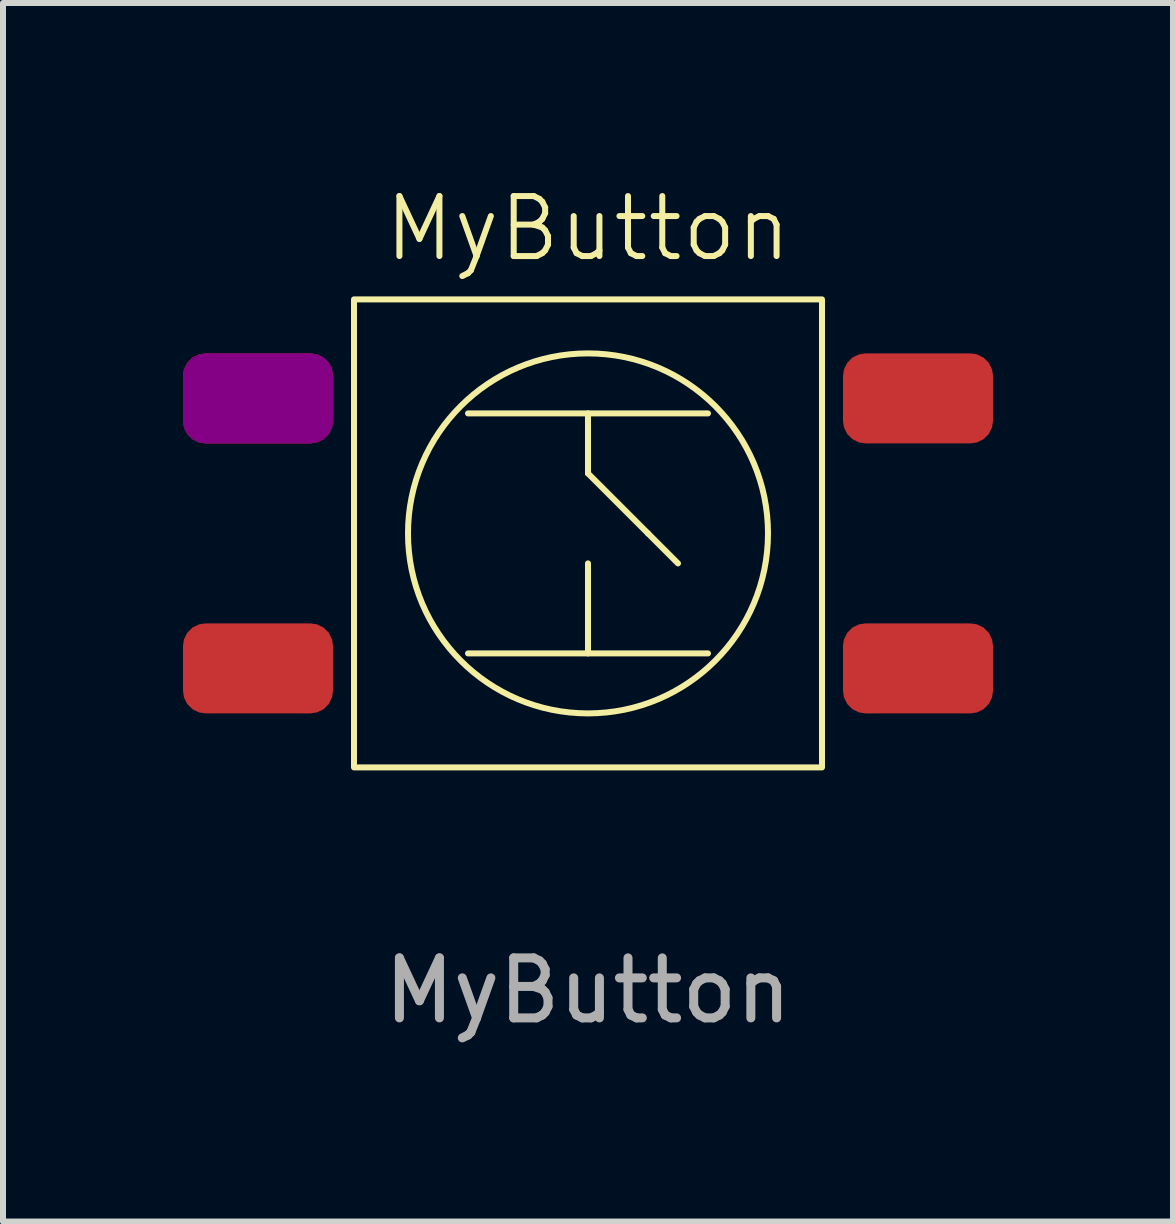
<source format=kicad_pcb>
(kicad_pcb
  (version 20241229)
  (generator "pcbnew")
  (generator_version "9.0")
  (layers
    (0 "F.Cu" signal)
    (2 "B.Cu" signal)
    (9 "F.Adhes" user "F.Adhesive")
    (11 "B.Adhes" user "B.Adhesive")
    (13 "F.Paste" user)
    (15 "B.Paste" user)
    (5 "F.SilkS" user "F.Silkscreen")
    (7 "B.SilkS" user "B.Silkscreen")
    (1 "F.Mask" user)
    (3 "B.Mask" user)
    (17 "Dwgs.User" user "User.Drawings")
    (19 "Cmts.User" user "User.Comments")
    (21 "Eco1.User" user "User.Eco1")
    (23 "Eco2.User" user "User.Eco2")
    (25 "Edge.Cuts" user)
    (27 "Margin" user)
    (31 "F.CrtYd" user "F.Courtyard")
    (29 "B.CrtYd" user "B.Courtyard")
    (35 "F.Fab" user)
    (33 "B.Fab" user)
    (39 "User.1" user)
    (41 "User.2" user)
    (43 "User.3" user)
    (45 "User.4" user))
  (footprint "MyButton"
    (layer "F.Cu")
    (at 6.75 5.84)
    (property "Reference" "MyButton" (at 0 -5.08 0) (unlocked yes) (layer "F.SilkS") (effects (font (size 1 1) (thickness 0.1))))
    (attr smd)
    (fp_line (start -2 -2) (end 2 -2) (stroke (width 0.1) (type default)) (layer "F.SilkS"))
    (fp_line (start -2 2) (end 2 2) (stroke (width 0.1) (type default)) (layer "F.SilkS"))
    (fp_line (start 0 -2) (end 0 -1) (stroke (width 0.1) (type default)) (layer "F.SilkS"))
    (fp_line (start 0 -1) (end 1 0) (stroke (width 0.1) (type default)) (layer "F.SilkS"))
    (fp_line (start 0 1) (end 0 0.5) (stroke (width 0.1) (type default)) (layer "F.SilkS"))
    (fp_line (start 0 2) (end 0 1) (stroke (width 0.1) (type default)) (layer "F.SilkS"))
    (fp_line (start 1 0) (end 1.5 0.5) (stroke (width 0.1) (type default)) (layer "F.SilkS"))
    (fp_rect (start -3.9 -3.9) (end 3.9 3.9) (stroke (width 0.1) (type default)) (fill no) (layer "F.SilkS"))
    (fp_circle (center 0 0) (end 3 0) (stroke (width 0.1) (type default)) (fill no) (layer "F.SilkS"))
    (fp_text user "${REFERENCE}" (at 0 7.62 0) (unlocked yes) (layer "F.Fab") (effects (font (size 1 1) (thickness 0.15))))
    (pad "1" smd roundrect (at 5.5 2.25 180) (size 2.5 1.5) (layers "F.Cu" "F.Mask" "F.Paste") (roundrect_rratio 0.25))
    (pad "2" smd roundrect (at 5.5 -2.25 180) (size 2.5 1.5) (layers "F.Cu" "F.Mask" "F.Paste") (roundrect_rratio 0.25))
    (pad "3" smd roundrect (at -5.5 -2.25 180) (size 2.5 1.5) (layers "F.Cu" "F.Mask" "F.Adhes" "F.Paste") (roundrect_rratio 0.25))
    (pad "4" smd roundrect (at -5.5 2.25 180) (size 2.5 1.5) (layers "F.Cu" "F.Mask" "F.Paste") (roundrect_rratio 0.25)))
  (gr_rect
    (start -3 -3)
    (end 16.5 17.309)
    (stroke (width 0.1) (type default))
    (fill no)
    (layer "Edge.Cuts")))
</source>
